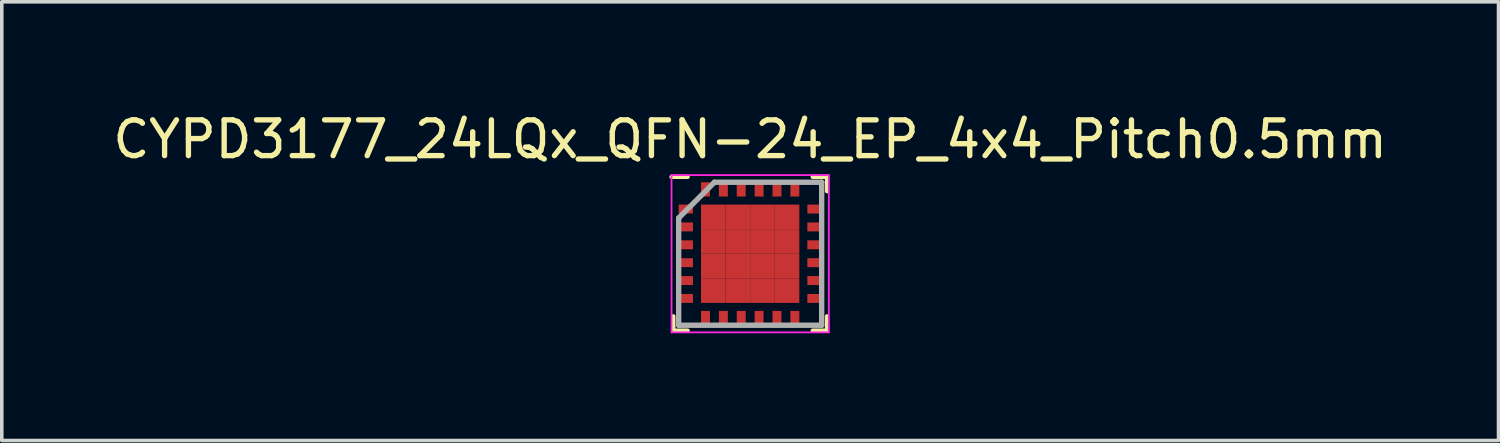
<source format=kicad_pcb>
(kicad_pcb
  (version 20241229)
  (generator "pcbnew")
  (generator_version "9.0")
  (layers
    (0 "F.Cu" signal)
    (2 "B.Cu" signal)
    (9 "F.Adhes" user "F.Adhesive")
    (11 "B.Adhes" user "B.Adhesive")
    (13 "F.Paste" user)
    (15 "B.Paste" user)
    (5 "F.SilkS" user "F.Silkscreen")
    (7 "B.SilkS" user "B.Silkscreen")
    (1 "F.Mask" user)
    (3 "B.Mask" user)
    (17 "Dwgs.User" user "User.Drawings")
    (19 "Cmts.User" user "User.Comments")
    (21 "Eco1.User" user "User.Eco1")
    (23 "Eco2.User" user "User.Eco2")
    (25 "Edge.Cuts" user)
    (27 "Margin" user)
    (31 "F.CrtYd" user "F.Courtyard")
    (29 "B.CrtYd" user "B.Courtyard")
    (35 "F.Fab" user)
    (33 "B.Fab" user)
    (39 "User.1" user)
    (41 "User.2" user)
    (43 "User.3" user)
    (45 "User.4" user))
  (footprint "CYPD3177_24LQx_QFN-24_EP_4x4_Pitch0.5mm"
    (layer "F.Cu")
    (at 17.935 4.048)
    (property "Reference" "CYPD3177_24LQx_QFN-24_EP_4x4_Pitch0.5mm" (at 0 -3.2 0) (layer "F.SilkS") (effects (font (size 1 1) (thickness 0.15))))
    (attr smd)
    (fp_line (start -2.15 2.15) (end -2.15 1.75) (stroke (width 0.12) (type default)) (layer "F.SilkS"))
    (fp_line (start -1.75 -2.15) (end -2.2 -2.15) (stroke (width 0.12) (type default)) (layer "F.SilkS"))
    (fp_line (start -1.75 2.15) (end -2.15 2.15) (stroke (width 0.12) (type default)) (layer "F.SilkS"))
    (fp_line (start 1.75 -2.15) (end 2.15 -2.15) (stroke (width 0.12) (type default)) (layer "F.SilkS"))
    (fp_line (start 1.75 2.15) (end 2.15 2.15) (stroke (width 0.12) (type default)) (layer "F.SilkS"))
    (fp_line (start 2.15 -2.15) (end 2.15 -1.75) (stroke (width 0.12) (type default)) (layer "F.SilkS"))
    (fp_line (start 2.15 2.15) (end 2.15 1.75) (stroke (width 0.12) (type default)) (layer "F.SilkS"))
    (fp_line (start -2.2 -2.2) (end 2.2 -2.2) (stroke (width 0.05) (type default)) (layer "F.CrtYd"))
    (fp_line (start -2.2 2.2) (end -2.2 -2.2) (stroke (width 0.05) (type default)) (layer "F.CrtYd"))
    (fp_line (start 2.2 -2.2) (end 2.2 2.2) (stroke (width 0.05) (type default)) (layer "F.CrtYd"))
    (fp_line (start 2.2 2.2) (end -2.2 2.2) (stroke (width 0.05) (type default)) (layer "F.CrtYd"))
    (fp_line (start -2 -1) (end -2 2) (stroke (width 0.15) (type default)) (layer "F.Fab"))
    (fp_line (start -2 2) (end 2 2) (stroke (width 0.15) (type default)) (layer "F.Fab"))
    (fp_line (start -1 -2) (end -2 -1) (stroke (width 0.15) (type default)) (layer "F.Fab"))
    (fp_line (start 2 -2) (end -1 -2) (stroke (width 0.15) (type default)) (layer "F.Fab"))
    (fp_line (start 2 2) (end 2 -2) (stroke (width 0.15) (type default)) (layer "F.Fab"))
    (pad "1" smd rect (at -1.8 -1.25 90) (size 0.25 0.4) (layers "F.Cu" "F.Mask" "F.Paste"))
    (pad "2" smd rect (at -1.8 -0.75 90) (size 0.25 0.4) (layers "F.Cu" "F.Mask" "F.Paste"))
    (pad "3" smd rect (at -1.8 -0.25 90) (size 0.25 0.4) (layers "F.Cu" "F.Mask" "F.Paste"))
    (pad "4" smd rect (at -1.8 0.25 90) (size 0.25 0.4) (layers "F.Cu" "F.Mask" "F.Paste"))
    (pad "5" smd rect (at -1.8 0.75 90) (size 0.25 0.4) (layers "F.Cu" "F.Mask" "F.Paste"))
    (pad "6" smd rect (at -1.8 1.25 90) (size 0.25 0.4) (layers "F.Cu" "F.Mask" "F.Paste"))
    (pad "7" smd rect (at -1.25 1.8) (size 0.25 0.4) (layers "F.Cu" "F.Mask" "F.Paste"))
    (pad "8" smd rect (at -0.75 1.8) (size 0.25 0.4) (layers "F.Cu" "F.Mask" "F.Paste"))
    (pad "9" smd rect (at -0.25 1.8) (size 0.25 0.4) (layers "F.Cu" "F.Mask" "F.Paste"))
    (pad "10" smd rect (at 0.25 1.8) (size 0.25 0.4) (layers "F.Cu" "F.Mask" "F.Paste"))
    (pad "11" smd rect (at 0.75 1.8) (size 0.25 0.4) (layers "F.Cu" "F.Mask" "F.Paste"))
    (pad "12" smd rect (at 1.25 1.8) (size 0.25 0.4) (layers "F.Cu" "F.Mask" "F.Paste"))
    (pad "13" smd rect (at 1.8 1.25 90) (size 0.25 0.4) (layers "F.Cu" "F.Mask" "F.Paste"))
    (pad "14" smd rect (at 1.8 0.75 90) (size 0.25 0.4) (layers "F.Cu" "F.Mask" "F.Paste"))
    (pad "15" smd rect (at 1.8 0.25 90) (size 0.25 0.4) (layers "F.Cu" "F.Mask" "F.Paste"))
    (pad "16" smd rect (at 1.8 -0.25 90) (size 0.25 0.4) (layers "F.Cu" "F.Mask" "F.Paste"))
    (pad "17" smd rect (at 1.8 -0.75 90) (size 0.25 0.4) (layers "F.Cu" "F.Mask" "F.Paste"))
    (pad "18" smd rect (at 1.8 -1.25 90) (size 0.25 0.4) (layers "F.Cu" "F.Mask" "F.Paste"))
    (pad "19" smd rect (at 1.25 -1.8) (size 0.25 0.4) (layers "F.Cu" "F.Mask" "F.Paste"))
    (pad "20" smd rect (at 0.75 -1.8) (size 0.25 0.4) (layers "F.Cu" "F.Mask" "F.Paste"))
    (pad "21" smd rect (at 0.25 -1.8) (size 0.25 0.4) (layers "F.Cu" "F.Mask" "F.Paste"))
    (pad "22" smd rect (at -0.25 -1.8) (size 0.25 0.4) (layers "F.Cu" "F.Mask" "F.Paste"))
    (pad "23" smd rect (at -0.75 -1.8) (size 0.25 0.4) (layers "F.Cu" "F.Mask" "F.Paste"))
    (pad "24" smd rect (at -1.25 -1.8) (size 0.25 0.4) (layers "F.Cu" "F.Mask" "F.Paste"))
    (pad "25" smd rect (at -1.031 -1.031) (size 0.688 0.688) (layers "F.Cu" "F.Mask" "F.Paste"))
    (pad "25" smd rect (at -1.031 -0.344) (size 0.688 0.688) (layers "F.Cu" "F.Mask" "F.Paste"))
    (pad "25" smd rect (at -1.031 0.344) (size 0.688 0.688) (layers "F.Cu" "F.Mask" "F.Paste"))
    (pad "25" smd rect (at -1.031 1.031) (size 0.688 0.688) (layers "F.Cu" "F.Mask" "F.Paste"))
    (pad "25" smd rect (at -0.344 -1.031) (size 0.688 0.688) (layers "F.Cu" "F.Mask" "F.Paste"))
    (pad "25" smd rect (at -0.344 -0.344) (size 0.688 0.688) (layers "F.Cu" "F.Mask" "F.Paste"))
    (pad "25" smd rect (at -0.344 0.344) (size 0.688 0.688) (layers "F.Cu" "F.Mask" "F.Paste"))
    (pad "25" smd rect (at -0.344 1.031) (size 0.688 0.688) (layers "F.Cu" "F.Mask" "F.Paste"))
    (pad "25" smd rect (at 0.344 -1.031) (size 0.688 0.688) (layers "F.Cu" "F.Mask" "F.Paste"))
    (pad "25" smd rect (at 0.344 -0.344) (size 0.688 0.688) (layers "F.Cu" "F.Mask" "F.Paste"))
    (pad "25" smd rect (at 0.344 0.344) (size 0.688 0.688) (layers "F.Cu" "F.Mask" "F.Paste"))
    (pad "25" smd rect (at 0.344 1.031) (size 0.688 0.688) (layers "F.Cu" "F.Mask" "F.Paste"))
    (pad "25" smd rect (at 1.031 -1.031) (size 0.688 0.688) (layers "F.Cu" "F.Mask" "F.Paste"))
    (pad "25" smd rect (at 1.031 -0.344) (size 0.688 0.688) (layers "F.Cu" "F.Mask" "F.Paste"))
    (pad "25" smd rect (at 1.031 0.344) (size 0.688 0.688) (layers "F.Cu" "F.Mask" "F.Paste"))
    (pad "25" smd rect (at 1.031 1.031) (size 0.688 0.688) (layers "F.Cu" "F.Mask" "F.Paste")))
  (gr_rect
    (start -3 -3)
    (end 38.869 9.273)
    (stroke (width 0.1) (type default))
    (fill no)
    (layer "Edge.Cuts")))
</source>
